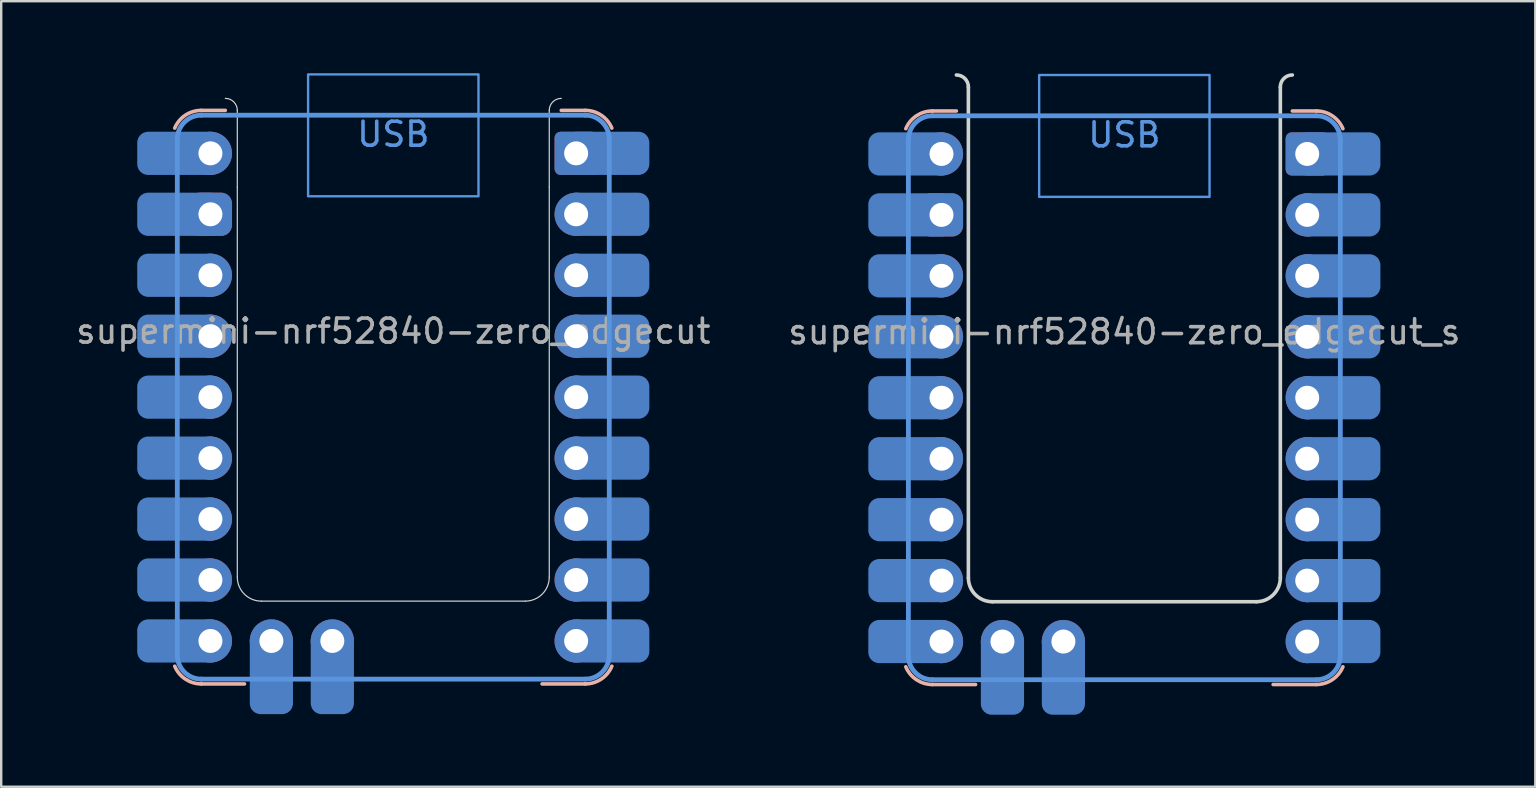
<source format=kicad_pcb>
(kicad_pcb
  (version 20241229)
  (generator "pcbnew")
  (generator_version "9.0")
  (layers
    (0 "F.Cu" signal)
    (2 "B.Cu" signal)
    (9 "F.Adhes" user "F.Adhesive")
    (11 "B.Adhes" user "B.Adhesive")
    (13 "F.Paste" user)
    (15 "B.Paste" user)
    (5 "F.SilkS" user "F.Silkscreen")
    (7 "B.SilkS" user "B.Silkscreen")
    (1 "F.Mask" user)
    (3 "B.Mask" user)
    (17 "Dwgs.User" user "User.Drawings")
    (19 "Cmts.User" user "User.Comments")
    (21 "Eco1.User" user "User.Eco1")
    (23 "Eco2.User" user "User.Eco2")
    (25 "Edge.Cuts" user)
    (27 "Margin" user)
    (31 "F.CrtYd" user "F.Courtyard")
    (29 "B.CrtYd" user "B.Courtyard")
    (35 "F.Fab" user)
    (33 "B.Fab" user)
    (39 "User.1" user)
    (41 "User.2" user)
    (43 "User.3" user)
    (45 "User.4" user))
  (footprint "supermini-nrf52840-zero_edgecut"
    (layer "F.Cu")
    (at 13.339 13.5)
    (property "Reference" "supermini-nrf52840-zero_edgecut" (at 0 -2.75 0) (unlocked yes) (layer "F.Fab") (effects (font (size 1 1) (thickness 0.15))))
    (attr through_hole)
    (fp_line (start -8 11.95) (end -6.2 11.95) (stroke (width 0.15) (type default)) (layer "B.SilkS"))
    (fp_line (start -7 -11.95) (end -8 -11.95) (stroke (width 0.15) (type default)) (layer "B.SilkS"))
    (fp_line (start 8 -11.95) (end 7 -11.95) (stroke (width 0.15) (type default)) (layer "B.SilkS"))
    (fp_line (start 8 11.95) (end 6.2 11.95) (stroke (width 0.15) (type default)) (layer "B.SilkS"))
    (fp_arc (start -9.107693 -11.211539) (mid -8.665641 -11.748461) (end -8.000001 -11.950001) (stroke (width 0.15) (type default)) (layer "B.SilkS"))
    (fp_arc (start -8.000001 11.950001) (mid -8.665641 11.748461) (end -9.107693 11.211539) (stroke (width 0.15) (type default)) (layer "B.SilkS"))
    (fp_arc (start 8.000001 -11.950001) (mid 8.665641 -11.748461) (end 9.107693 -11.211539) (stroke (width 0.15) (type default)) (layer "B.SilkS"))
    (fp_arc (start 9.107693 11.211539) (mid 8.665641 11.748461) (end 8.000001 11.950001) (stroke (width 0.15) (type default)) (layer "B.SilkS"))
    (fp_line (start -9 10.75) (end -9 -10.75) (stroke (width 0.2) (type default)) (layer "Cmts.User"))
    (fp_line (start -8 -11.75) (end 8 -11.75) (stroke (width 0.2) (type default)) (layer "Cmts.User"))
    (fp_line (start 8 11.75) (end -8 11.75) (stroke (width 0.2) (type default)) (layer "Cmts.User"))
    (fp_line (start 9 -10.75) (end 9 10.75) (stroke (width 0.2) (type default)) (layer "Cmts.User"))
    (fp_rect (start -3.55 -13.45) (end 3.55 -8.37) (stroke (width 0.1) (type default)) (fill no) (layer "Cmts.User"))
    (fp_arc (start -9 -10.75) (mid -8.707107 -11.457107) (end -8 -11.75) (stroke (width 0.2) (type default)) (layer "Cmts.User"))
    (fp_arc (start -8 11.75) (mid -8.707107 11.457107) (end -9 10.75) (stroke (width 0.2) (type default)) (layer "Cmts.User"))
    (fp_arc (start 8 -11.75) (mid 8.707107 -11.457107) (end 9 -10.75) (stroke (width 0.2) (type default)) (layer "Cmts.User"))
    (fp_arc (start 9 10.75) (mid 8.707107 11.457107) (end 8 11.75) (stroke (width 0.2) (type default)) (layer "Cmts.User"))
    (fp_line (start -6.5 -8.75) (end -6.5 -11.95) (stroke (width 0.05) (type default)) (layer "Edge.Cuts"))
    (fp_line (start -6.5 7.5) (end -6.5 -8.75) (stroke (width 0.05) (type default)) (layer "Edge.Cuts"))
    (fp_line (start 5.5 8.5) (end -5.5 8.5) (stroke (width 0.05) (type default)) (layer "Edge.Cuts"))
    (fp_line (start 6.5 -8.75) (end 6.5 -11.95) (stroke (width 0.05) (type default)) (layer "Edge.Cuts"))
    (fp_line (start 6.5 -8.75) (end 6.5 7.5) (stroke (width 0.05) (type default)) (layer "Edge.Cuts"))
    (fp_arc (start -6.999768 -12.450053) (mid -6.646217 -12.303604) (end -6.499768 -11.950053) (stroke (width 0.05) (type default)) (layer "Edge.Cuts"))
    (fp_arc (start -5.5 8.5) (mid -6.207107 8.207107) (end -6.5 7.5) (stroke (width 0.05) (type default)) (layer "Edge.Cuts"))
    (fp_arc (start 6.499768 -11.950053) (mid 6.646218 -12.303602) (end 6.999768 -12.450053) (stroke (width 0.05) (type default)) (layer "Edge.Cuts"))
    (fp_arc (start 6.5 7.5) (mid 6.207107 8.207107) (end 5.5 8.5) (stroke (width 0.05) (type default)) (layer "Edge.Cuts"))
    (fp_text user "USB" (at 0 -10.37 0) (layer "Cmts.User") (effects (font (size 1 1) (thickness 0.15)) (justify bottom)))
    (pad "1" smd roundrect (at -8.92 -10.16) (size 3.5 1.8) (layers "B.Cu" "B.Mask") (roundrect_rratio 0.25))
    (pad "1" thru_hole circle (at -7.62 -10.16) (size 1.8 1.8) (drill 1) (layers "*.Cu" "*.Mask"))
    (pad "2" smd roundrect (at -8.92 -7.62) (size 3.5 1.8) (layers "B.Cu" "B.Mask") (roundrect_rratio 0.25))
    (pad "2" thru_hole roundrect (at -7.62 -7.62) (size 1.8 1.8) (drill 1) (layers "*.Cu" "*.Mask") (roundrect_rratio 0.25))
    (pad "3" smd roundrect (at -8.92 -5.08) (size 3.5 1.8) (layers "B.Cu" "B.Mask") (roundrect_rratio 0.25))
    (pad "3" thru_hole circle (at -7.62 -5.08) (size 1.8 1.8) (drill 1) (layers "*.Cu" "*.Mask"))
    (pad "4" smd roundrect (at -8.92 -2.54) (size 3.5 1.8) (layers "B.Cu" "B.Mask") (roundrect_rratio 0.25))
    (pad "4" thru_hole circle (at -7.62 -2.54) (size 1.8 1.8) (drill 1) (layers "*.Cu" "*.Mask"))
    (pad "5" smd roundrect (at -8.92 0) (size 3.5 1.8) (layers "B.Cu" "B.Mask") (roundrect_rratio 0.25))
    (pad "5" thru_hole circle (at -7.62 0) (size 1.8 1.8) (drill 1) (layers "*.Cu" "*.Mask"))
    (pad "6" smd roundrect (at -8.92 2.54) (size 3.5 1.8) (layers "B.Cu" "B.Mask") (roundrect_rratio 0.25))
    (pad "6" thru_hole circle (at -7.62 2.54) (size 1.8 1.8) (drill 1) (layers "*.Cu" "*.Mask"))
    (pad "7" smd roundrect (at -8.92 5.08) (size 3.5 1.8) (layers "B.Cu" "B.Mask") (roundrect_rratio 0.25))
    (pad "7" thru_hole circle (at -7.62 5.08) (size 1.8 1.8) (drill 1) (layers "*.Cu" "*.Mask"))
    (pad "8" smd roundrect (at -8.92 7.62) (size 3.5 1.8) (layers "B.Cu" "B.Mask") (roundrect_rratio 0.25))
    (pad "8" thru_hole circle (at -7.62 7.62) (size 1.8 1.8) (drill 1) (layers "*.Cu" "*.Mask"))
    (pad "9" smd roundrect (at -8.92 10.16) (size 3.5 1.8) (layers "B.Cu" "B.Mask") (roundrect_rratio 0.25))
    (pad "9" thru_hole circle (at -7.62 10.16) (size 1.8 1.8) (drill 1) (layers "*.Cu" "*.Mask"))
    (pad "10" thru_hole roundrect (at 7.62 -10.16 180) (size 1.8 1.8) (drill 1) (layers "*.Cu" "*.Mask") (roundrect_rratio 0.139))
    (pad "10" smd roundrect (at 8.92 -10.16 180) (size 3.5 1.8) (layers "B.Cu" "B.Mask") (roundrect_rratio 0.25))
    (pad "11" thru_hole circle (at 7.62 -7.62 180) (size 1.8 1.8) (drill 1) (layers "*.Cu" "*.Mask"))
    (pad "11" smd roundrect (at 8.92 -7.62 180) (size 3.5 1.8) (layers "B.Cu" "B.Mask") (roundrect_rratio 0.25))
    (pad "12" thru_hole circle (at 7.62 -5.08 180) (size 1.8 1.8) (drill 1) (layers "*.Cu" "*.Mask"))
    (pad "12" smd roundrect (at 8.92 -5.08 180) (size 3.5 1.8) (layers "B.Cu" "B.Mask") (roundrect_rratio 0.25))
    (pad "13" thru_hole circle (at 7.62 -2.54) (size 1.8 1.8) (drill 1) (layers "*.Cu" "*.Mask"))
    (pad "13" smd roundrect (at 8.92 -2.54) (size 3.5 1.8) (layers "B.Cu" "B.Mask") (roundrect_rratio 0.25))
    (pad "14" thru_hole circle (at 7.62 0) (size 1.8 1.8) (drill 1) (layers "*.Cu" "*.Mask"))
    (pad "14" smd roundrect (at 8.92 0) (size 3.5 1.8) (layers "B.Cu" "B.Mask") (roundrect_rratio 0.25))
    (pad "15" thru_hole circle (at 7.62 2.54) (size 1.8 1.8) (drill 1) (layers "*.Cu" "*.Mask"))
    (pad "15" smd roundrect (at 8.92 2.54) (size 3.5 1.8) (layers "B.Cu" "B.Mask") (roundrect_rratio 0.25))
    (pad "16" thru_hole circle (at 7.62 5.08) (size 1.8 1.8) (drill 1) (layers "*.Cu" "*.Mask"))
    (pad "16" smd roundrect (at 8.92 5.08) (size 3.5 1.8) (layers "B.Cu" "B.Mask") (roundrect_rratio 0.25))
    (pad "17" thru_hole circle (at 7.62 7.62) (size 1.8 1.8) (drill 1) (layers "*.Cu" "*.Mask"))
    (pad "17" smd roundrect (at 8.92 7.62) (size 3.5 1.8) (layers "B.Cu" "B.Mask") (roundrect_rratio 0.25))
    (pad "18" thru_hole circle (at 7.62 10.16) (size 1.8 1.8) (drill 1) (layers "*.Cu" "*.Mask"))
    (pad "18" smd roundrect (at 8.92 10.16) (size 3.5 1.8) (layers "B.Cu" "B.Mask") (roundrect_rratio 0.25))
    (pad "19" thru_hole circle (at -5.08 10.16 270) (size 1.8 1.8) (drill 1) (layers "*.Cu" "*.Mask"))
    (pad "19" smd roundrect (at -5.08 11.46 270) (size 3.5 1.8) (layers "B.Cu" "B.Mask") (roundrect_rratio 0.25))
    (pad "20" thru_hole circle (at -2.54 10.16 270) (size 1.8 1.8) (drill 1) (layers "*.Cu" "*.Mask"))
    (pad "20" smd roundrect (at -2.54 11.46 270) (size 3.5 1.8) (layers "B.Cu" "B.Mask") (roundrect_rratio 0.25)))
  (footprint "supermini-nrf52840-zero_edgecut_s"
    (layer "F.Cu")
    (at 43.804 13.525)
    (property "Reference" "supermini-nrf52840-zero_edgecut_s" (at 0 -2.75 0) (unlocked yes) (layer "F.Fab") (effects (font (size 1 1) (thickness 0.15))))
    (attr through_hole)
    (fp_line (start -8 11.95) (end -6.2 11.95) (stroke (width 0.15) (type default)) (layer "B.SilkS"))
    (fp_line (start -7 -11.95) (end -8 -11.95) (stroke (width 0.15) (type default)) (layer "B.SilkS"))
    (fp_line (start 8 -11.95) (end 7 -11.95) (stroke (width 0.15) (type default)) (layer "B.SilkS"))
    (fp_line (start 8 11.95) (end 6.2 11.95) (stroke (width 0.15) (type default)) (layer "B.SilkS"))
    (fp_arc (start -9.107693 -11.211539) (mid -8.665641 -11.748461) (end -8.000001 -11.950001) (stroke (width 0.15) (type default)) (layer "B.SilkS"))
    (fp_arc (start -8.000001 11.950001) (mid -8.665641 11.748461) (end -9.107693 11.211539) (stroke (width 0.15) (type default)) (layer "B.SilkS"))
    (fp_arc (start 8.000001 -11.950001) (mid 8.665641 -11.748461) (end 9.107693 -11.211539) (stroke (width 0.15) (type default)) (layer "B.SilkS"))
    (fp_arc (start 9.107693 11.211539) (mid 8.665641 11.748461) (end 8.000001 11.950001) (stroke (width 0.15) (type default)) (layer "B.SilkS"))
    (fp_line (start -9 10.75) (end -9 -10.75) (stroke (width 0.2) (type default)) (layer "Cmts.User"))
    (fp_line (start -8 -11.75) (end 8 -11.75) (stroke (width 0.2) (type default)) (layer "Cmts.User"))
    (fp_line (start 8 11.75) (end -8 11.75) (stroke (width 0.2) (type default)) (layer "Cmts.User"))
    (fp_line (start 9 -10.75) (end 9 10.75) (stroke (width 0.2) (type default)) (layer "Cmts.User"))
    (fp_rect (start -3.55 -13.45) (end 3.55 -8.37) (stroke (width 0.1) (type default)) (fill no) (layer "Cmts.User"))
    (fp_arc (start -9 -10.75) (mid -8.707107 -11.457107) (end -8 -11.75) (stroke (width 0.2) (type default)) (layer "Cmts.User"))
    (fp_arc (start -8 11.75) (mid -8.707107 11.457107) (end -9 10.75) (stroke (width 0.2) (type default)) (layer "Cmts.User"))
    (fp_arc (start 8 -11.75) (mid 8.707107 -11.457107) (end 9 -10.75) (stroke (width 0.2) (type default)) (layer "Cmts.User"))
    (fp_arc (start 9 10.75) (mid 8.707107 11.457107) (end 8 11.75) (stroke (width 0.2) (type default)) (layer "Cmts.User"))
    (fp_line (start -6.5 7.5) (end -6.5 -12.95) (stroke (width 0.15) (type default)) (layer "Edge.Cuts"))
    (fp_line (start 5.5 8.5) (end -5.5 8.5) (stroke (width 0.15) (type default)) (layer "Edge.Cuts"))
    (fp_line (start 6.5 7.5) (end 6.5 -12.95) (stroke (width 0.15) (type default)) (layer "Edge.Cuts"))
    (fp_arc (start -6.999768 -13.450053) (mid -6.646216 -13.303604) (end -6.499768 -12.950053) (stroke (width 0.15) (type default)) (layer "Edge.Cuts"))
    (fp_arc (start -5.5 8.5) (mid -6.207107 8.207107) (end -6.5 7.5) (stroke (width 0.15) (type default)) (layer "Edge.Cuts"))
    (fp_arc (start 6.499768 -12.950053) (mid 6.646218 -13.303602) (end 6.999768 -13.450053) (stroke (width 0.15) (type default)) (layer "Edge.Cuts"))
    (fp_arc (start 6.5 7.5) (mid 6.207107 8.207107) (end 5.5 8.5) (stroke (width 0.15) (type default)) (layer "Edge.Cuts"))
    (fp_text user "USB" (at 0 -10.37 0) (layer "Cmts.User") (effects (font (size 1 1) (thickness 0.15)) (justify bottom)))
    (pad "1" smd roundrect (at -8.92 -10.16) (size 3.5 1.8) (layers "B.Cu" "B.Mask") (roundrect_rratio 0.25))
    (pad "1" thru_hole circle (at -7.62 -10.16) (size 1.8 1.8) (drill 1) (layers "*.Cu" "*.Mask"))
    (pad "2" smd roundrect (at -8.92 -7.62) (size 3.5 1.8) (layers "B.Cu" "B.Mask") (roundrect_rratio 0.25))
    (pad "2" thru_hole roundrect (at -7.62 -7.62) (size 1.8 1.8) (drill 1) (layers "*.Cu" "*.Mask") (roundrect_rratio 0.25))
    (pad "3" smd roundrect (at -8.92 -5.08) (size 3.5 1.8) (layers "B.Cu" "B.Mask") (roundrect_rratio 0.25))
    (pad "3" thru_hole circle (at -7.62 -5.08) (size 1.8 1.8) (drill 1) (layers "*.Cu" "*.Mask"))
    (pad "4" smd roundrect (at -8.92 -2.54) (size 3.5 1.8) (layers "B.Cu" "B.Mask") (roundrect_rratio 0.25))
    (pad "4" thru_hole circle (at -7.62 -2.54) (size 1.8 1.8) (drill 1) (layers "*.Cu" "*.Mask"))
    (pad "5" smd roundrect (at -8.92 0) (size 3.5 1.8) (layers "B.Cu" "B.Mask") (roundrect_rratio 0.25))
    (pad "5" thru_hole circle (at -7.62 0) (size 1.8 1.8) (drill 1) (layers "*.Cu" "*.Mask"))
    (pad "6" smd roundrect (at -8.92 2.54) (size 3.5 1.8) (layers "B.Cu" "B.Mask") (roundrect_rratio 0.25))
    (pad "6" thru_hole circle (at -7.62 2.54) (size 1.8 1.8) (drill 1) (layers "*.Cu" "*.Mask"))
    (pad "7" smd roundrect (at -8.92 5.08) (size 3.5 1.8) (layers "B.Cu" "B.Mask") (roundrect_rratio 0.25))
    (pad "7" thru_hole circle (at -7.62 5.08) (size 1.8 1.8) (drill 1) (layers "*.Cu" "*.Mask"))
    (pad "8" smd roundrect (at -8.92 7.62) (size 3.5 1.8) (layers "B.Cu" "B.Mask") (roundrect_rratio 0.25))
    (pad "8" thru_hole circle (at -7.62 7.62) (size 1.8 1.8) (drill 1) (layers "*.Cu" "*.Mask"))
    (pad "9" smd roundrect (at -8.92 10.16) (size 3.5 1.8) (layers "B.Cu" "B.Mask") (roundrect_rratio 0.25))
    (pad "9" thru_hole circle (at -7.62 10.16) (size 1.8 1.8) (drill 1) (layers "*.Cu" "*.Mask"))
    (pad "10" thru_hole roundrect (at 7.62 -10.16 180) (size 1.8 1.8) (drill 1) (layers "*.Cu" "*.Mask") (roundrect_rratio 0.139))
    (pad "10" smd roundrect (at 8.92 -10.16 180) (size 3.5 1.8) (layers "B.Cu" "B.Mask") (roundrect_rratio 0.25))
    (pad "11" thru_hole circle (at 7.62 -7.62 180) (size 1.8 1.8) (drill 1) (layers "*.Cu" "*.Mask"))
    (pad "11" smd roundrect (at 8.92 -7.62 180) (size 3.5 1.8) (layers "B.Cu" "B.Mask") (roundrect_rratio 0.25))
    (pad "12" thru_hole circle (at 7.62 -5.08 180) (size 1.8 1.8) (drill 1) (layers "*.Cu" "*.Mask"))
    (pad "12" smd roundrect (at 8.92 -5.08 180) (size 3.5 1.8) (layers "B.Cu" "B.Mask") (roundrect_rratio 0.25))
    (pad "13" thru_hole circle (at 7.62 -2.54) (size 1.8 1.8) (drill 1) (layers "*.Cu" "*.Mask"))
    (pad "13" smd roundrect (at 8.92 -2.54) (size 3.5 1.8) (layers "B.Cu" "B.Mask") (roundrect_rratio 0.25))
    (pad "14" thru_hole circle (at 7.62 0) (size 1.8 1.8) (drill 1) (layers "*.Cu" "*.Mask"))
    (pad "14" smd roundrect (at 8.92 0) (size 3.5 1.8) (layers "B.Cu" "B.Mask") (roundrect_rratio 0.25))
    (pad "15" thru_hole circle (at 7.62 2.54) (size 1.8 1.8) (drill 1) (layers "*.Cu" "*.Mask"))
    (pad "15" smd roundrect (at 8.92 2.54) (size 3.5 1.8) (layers "B.Cu" "B.Mask") (roundrect_rratio 0.25))
    (pad "16" thru_hole circle (at 7.62 5.08) (size 1.8 1.8) (drill 1) (layers "*.Cu" "*.Mask"))
    (pad "16" smd roundrect (at 8.92 5.08) (size 3.5 1.8) (layers "B.Cu" "B.Mask") (roundrect_rratio 0.25))
    (pad "17" thru_hole circle (at 7.62 7.62) (size 1.8 1.8) (drill 1) (layers "*.Cu" "*.Mask"))
    (pad "17" smd roundrect (at 8.92 7.62) (size 3.5 1.8) (layers "B.Cu" "B.Mask") (roundrect_rratio 0.25))
    (pad "18" thru_hole circle (at 7.62 10.16) (size 1.8 1.8) (drill 1) (layers "*.Cu" "*.Mask"))
    (pad "18" smd roundrect (at 8.92 10.16) (size 3.5 1.8) (layers "B.Cu" "B.Mask") (roundrect_rratio 0.25))
    (pad "19" thru_hole circle (at -5.08 10.16 270) (size 1.8 1.8) (drill 1) (layers "*.Cu" "*.Mask"))
    (pad "19" smd roundrect (at -5.08 11.46 270) (size 3.5 1.8) (layers "B.Cu" "B.Mask") (roundrect_rratio 0.25))
    (pad "20" thru_hole circle (at -2.54 10.16 270) (size 1.8 1.8) (drill 1) (layers "*.Cu" "*.Mask"))
    (pad "20" smd roundrect (at -2.54 11.46 270) (size 3.5 1.8) (layers "B.Cu" "B.Mask") (roundrect_rratio 0.25)))
  (gr_rect
    (start -3 -3)
    (end 60.929 29.735)
    (stroke (width 0.1) (type default))
    (fill no)
    (layer "Edge.Cuts")))
</source>
